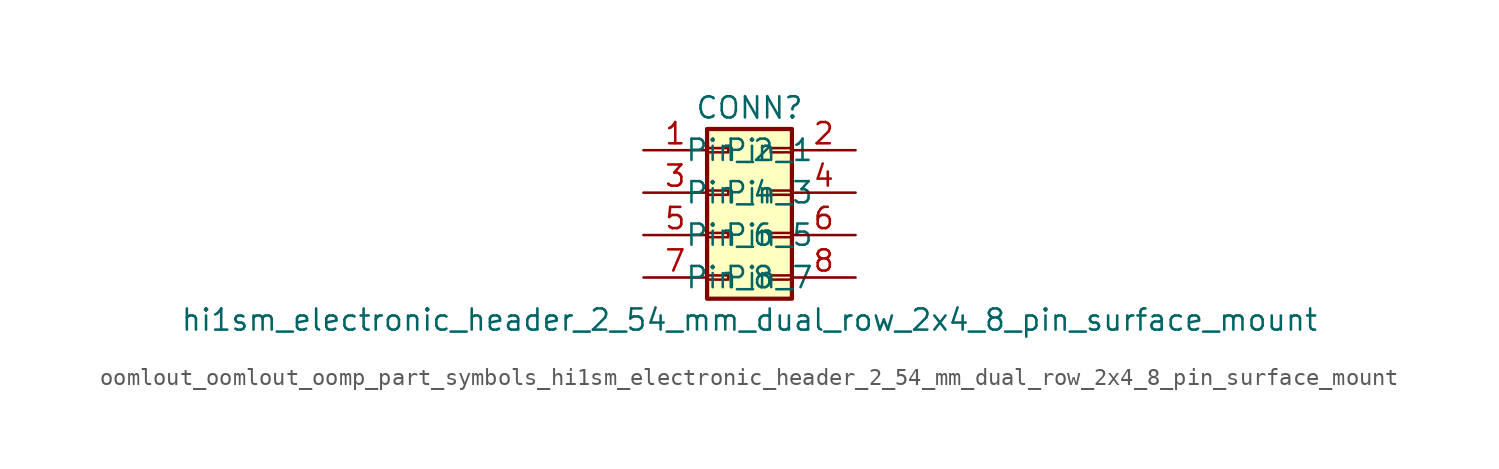
<source format=kicad_sym>
(kicad_symbol_lib
  (version 20220914)
  (generator kicad_symbol_editor)
  (symbol "oomlout_oomlout_oomp_part_symbols_hi1sm_electronic_header_2_54_mm_dual_row_2x4_8_pin_surface_mount"
    (pin_names
      (offset 1.016))
    (property "Reference" "CONN"
      (at 1.27 5.08 0)
      (effects (font (size 1.27 1.27))))
    (property "Value" "hi1sm_electronic_header_2_54_mm_dual_row_2x4_8_pin_surface_mount"
      (at 1.27 -7.62 0)
      (effects (font (size 1.27 1.27))))
    (symbol "oomlout_oomlout_oomp_part_symbols_hi1sm_electronic_header_2_54_mm_dual_row_2x4_8_pin_surface_mount_1_1"
      (rectangle (start -1.27 -4.953) (end 0 -5.207) (stroke (width 0.152) (type default)) (fill (type none)))
      (rectangle (start -1.27 -2.413) (end 0 -2.667) (stroke (width 0.152) (type default)) (fill (type none)))
      (rectangle (start -1.27 0.127) (end 0 -0.127) (stroke (width 0.152) (type default)) (fill (type none)))
      (rectangle (start -1.27 2.667) (end 0 2.413) (stroke (width 0.152) (type default)) (fill (type none)))
      (rectangle (start -1.27 3.81) (end 3.81 -6.35) (stroke (width 0.254) (type default)) (fill (type background)))
      (rectangle (start 3.81 -4.953) (end 2.54 -5.207) (stroke (width 0.152) (type default)) (fill (type none)))
      (rectangle (start 3.81 -2.413) (end 2.54 -2.667) (stroke (width 0.152) (type default)) (fill (type none)))
      (rectangle (start 3.81 0.127) (end 2.54 -0.127) (stroke (width 0.152) (type default)) (fill (type none)))
      (rectangle (start 3.81 2.667) (end 2.54 2.413) (stroke (width 0.152) (type default)) (fill (type none)))
      (pin passive line (at -5.08 2.54 0) (length 3.81) (name "Pin_1" (effects (font (size 1.27 1.27)))) (number "1" (effects (font (size 1.27 1.27)))))
      (pin passive line (at 7.62 2.54 180) (length 3.81) (name "Pin_2" (effects (font (size 1.27 1.27)))) (number "2" (effects (font (size 1.27 1.27)))))
      (pin passive line (at -5.08 0 0) (length 3.81) (name "Pin_3" (effects (font (size 1.27 1.27)))) (number "3" (effects (font (size 1.27 1.27)))))
      (pin passive line (at 7.62 0 180) (length 3.81) (name "Pin_4" (effects (font (size 1.27 1.27)))) (number "4" (effects (font (size 1.27 1.27)))))
      (pin passive line (at -5.08 -2.54 0) (length 3.81) (name "Pin_5" (effects (font (size 1.27 1.27)))) (number "5" (effects (font (size 1.27 1.27)))))
      (pin passive line (at 7.62 -2.54 180) (length 3.81) (name "Pin_6" (effects (font (size 1.27 1.27)))) (number "6" (effects (font (size 1.27 1.27)))))
      (pin passive line (at -5.08 -5.08 0) (length 3.81) (name "Pin_7" (effects (font (size 1.27 1.27)))) (number "7" (effects (font (size 1.27 1.27)))))
      (pin passive line (at 7.62 -5.08 180) (length 3.81) (name "Pin_8" (effects (font (size 1.27 1.27)))) (number "8" (effects (font (size 1.27 1.27))))))))
</source>
